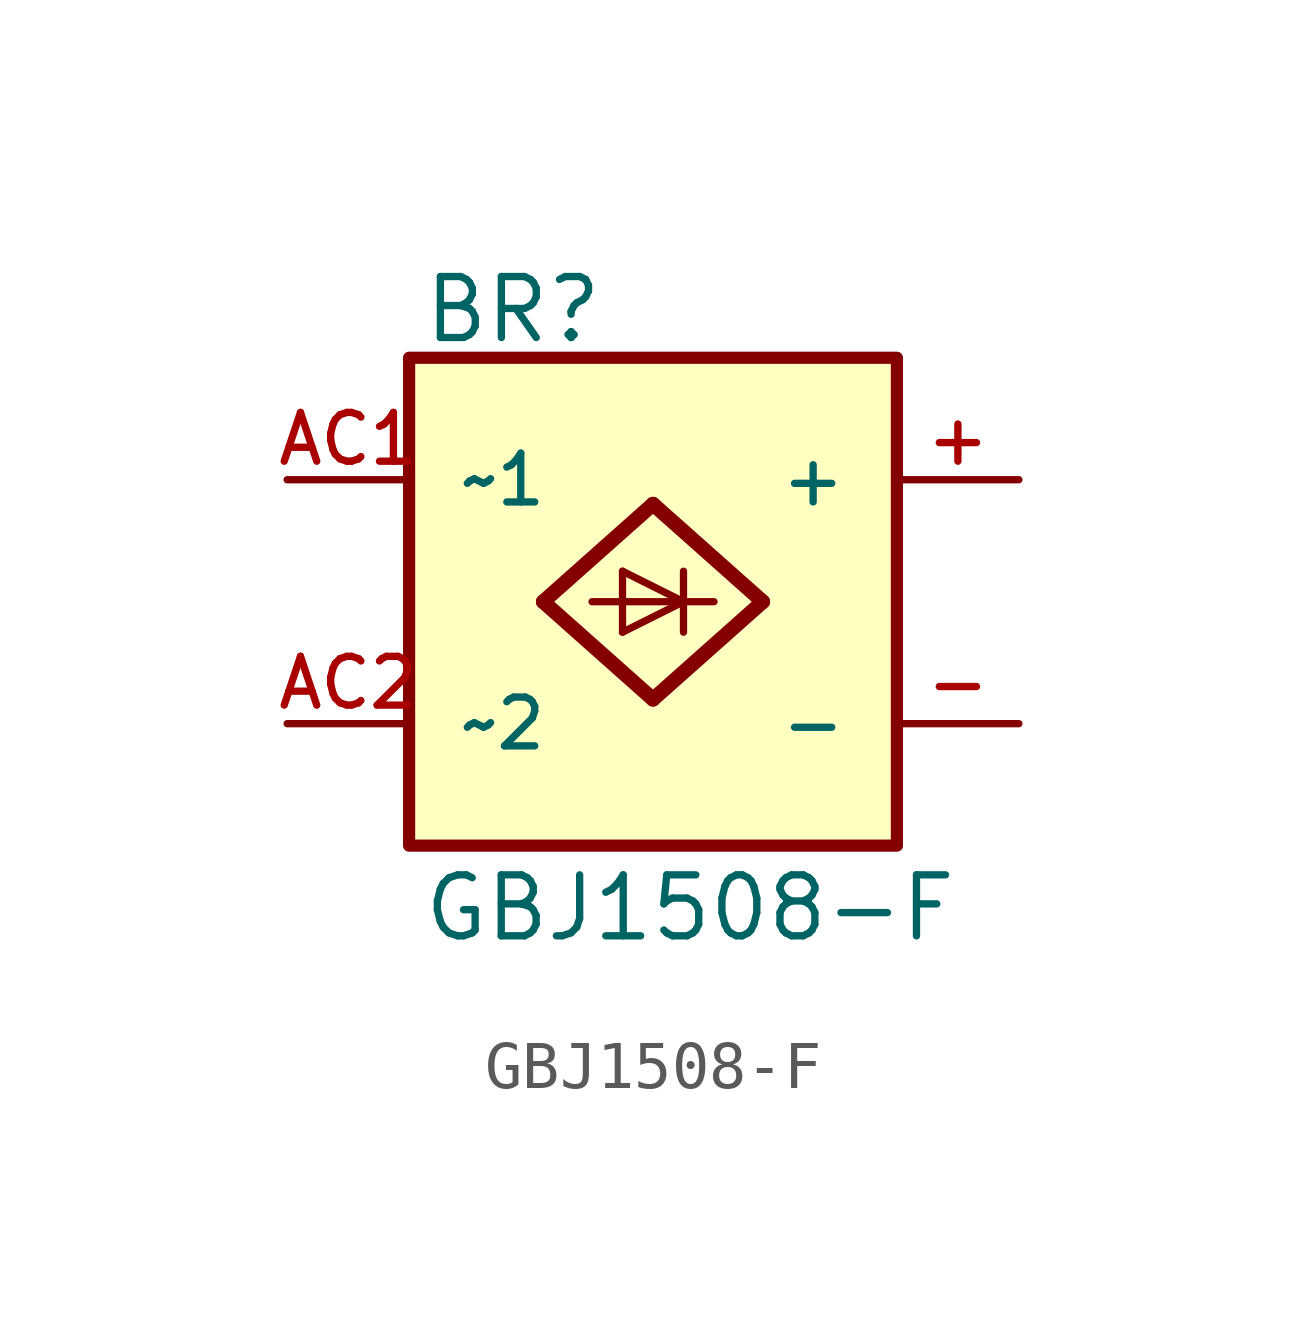
<source format=kicad_sym>
(kicad_symbol_lib
  (version 20211014)
  (generator kicad_symbol_editor)
  (symbol "GBJ1508-F"
    (pin_names
      (offset 1.016))
    (property "Reference" "BR"
      (at -4.83 5.339 0)
      (effects (font (size 1.27 1.27)) (justify bottom left)))
    (property "Value" "GBJ1508-F"
      (at -4.833 -7.122 0)
      (effects (font (size 1.27 1.27)) (justify bottom left)))
    (symbol "GBJ1508-F_0_0"
      (polyline (pts (xy 0.0 -2.032) (xy 2.286 0.0)) (stroke (width 0.305)))
      (polyline (pts (xy 0.0 2.032) (xy -2.286 0.0)) (stroke (width 0.305)))
      (polyline (pts (xy -2.286 0.0) (xy 0.0 -2.032)) (stroke (width 0.305)))
      (polyline (pts (xy 2.286 0.0) (xy 0.0 2.032)) (stroke (width 0.305)))
      (polyline (pts (xy -1.27 0.0) (xy 0.635 0.0)) (stroke (width 0.152)))
      (polyline (pts (xy -0.635 0.635) (xy -0.635 -0.635)) (stroke (width 0.152)))
      (polyline (pts (xy -0.635 0.635) (xy 0.635 0.0)) (stroke (width 0.152)))
      (polyline (pts (xy 0.635 0.0) (xy 1.27 0.0)) (stroke (width 0.152)))
      (polyline (pts (xy 0.635 0.0) (xy -0.635 -0.635)) (stroke (width 0.152)))
      (polyline (pts (xy 0.635 0.635) (xy 0.635 -0.635)) (stroke (width 0.152)))
      (rectangle (start -5.08 -5.08) (end 5.08 5.08) (stroke (width 0.254)) (fill (type background)))
      (pin input line (at -7.62 2.54 0) (length 2.54) (name "~1" (effects (font (size 1.016 1.016)))) (number "AC1" (effects (font (size 1.016 1.016)))))
      (pin input line (at -7.62 -2.54 0) (length 2.54) (name "~2" (effects (font (size 1.016 1.016)))) (number "AC2" (effects (font (size 1.016 1.016)))))
      (pin output line (at 7.62 2.54 180.0) (length 2.54) (name "+" (effects (font (size 1.016 1.016)))) (number "+" (effects (font (size 1.016 1.016)))))
      (pin output line (at 7.62 -2.54 180.0) (length 2.54) (name "-" (effects (font (size 1.016 1.016)))) (number "-" (effects (font (size 1.016 1.016))))))))
</source>
